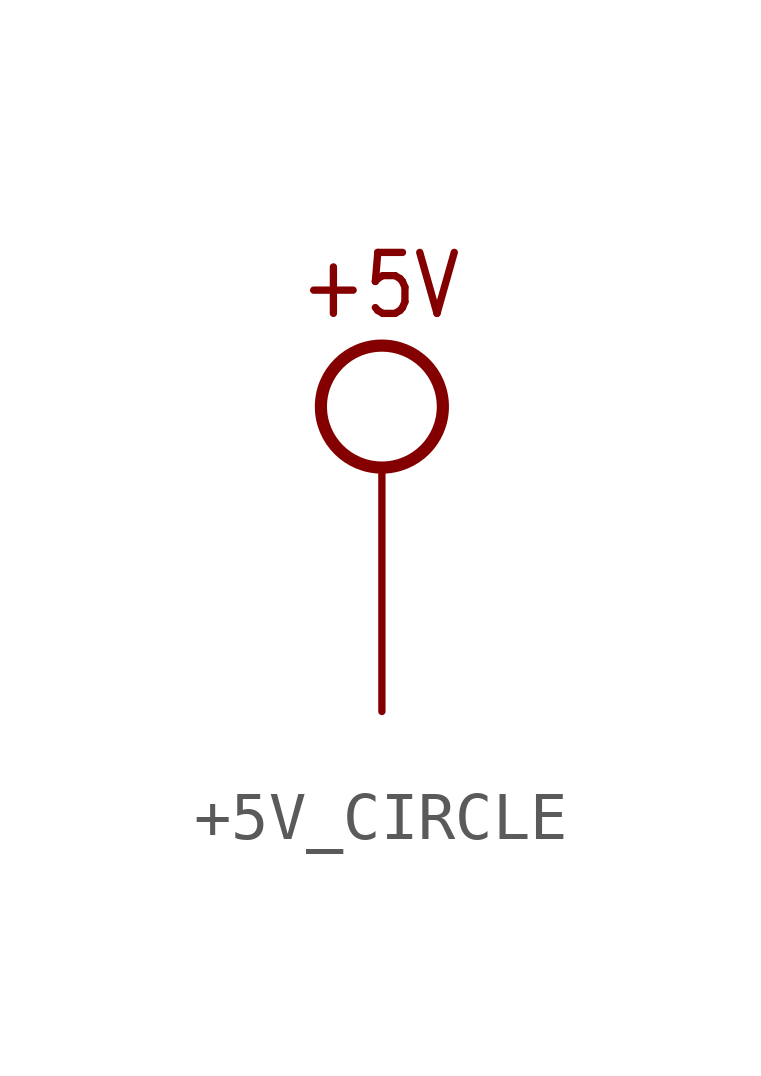
<source format=kicad_sym>
(kicad_symbol_lib
  (version 20220914)
  (generator kicad_symbol_editor)
  (symbol "+5V_CIRCLE"
    (power)
    (property "Reference" ""
      (at 0 0 0)
      (effects (font (size 1.27 1.27)) hide))
    (property "ki_locked" ""
      (at 0 0 0)
      (effects (font (size 1.27 1.27))))
    (symbol "+5V_CIRCLE_1_0"
      (circle (center 0 1.27) (radius 1.27) (stroke (width 0.254) (type solid)) (fill (type none)))
      (text "+5V" (at -1.778 3.048 0) (effects (font (size 1.27 1.079)) (justify left bottom)))
      (pin power_in line (at 0 -5.08 90) (length 5.08) (name "+5V" (effects (font (size 0 0)))) (number "1" (effects (font (size 0 0))))))))
</source>
